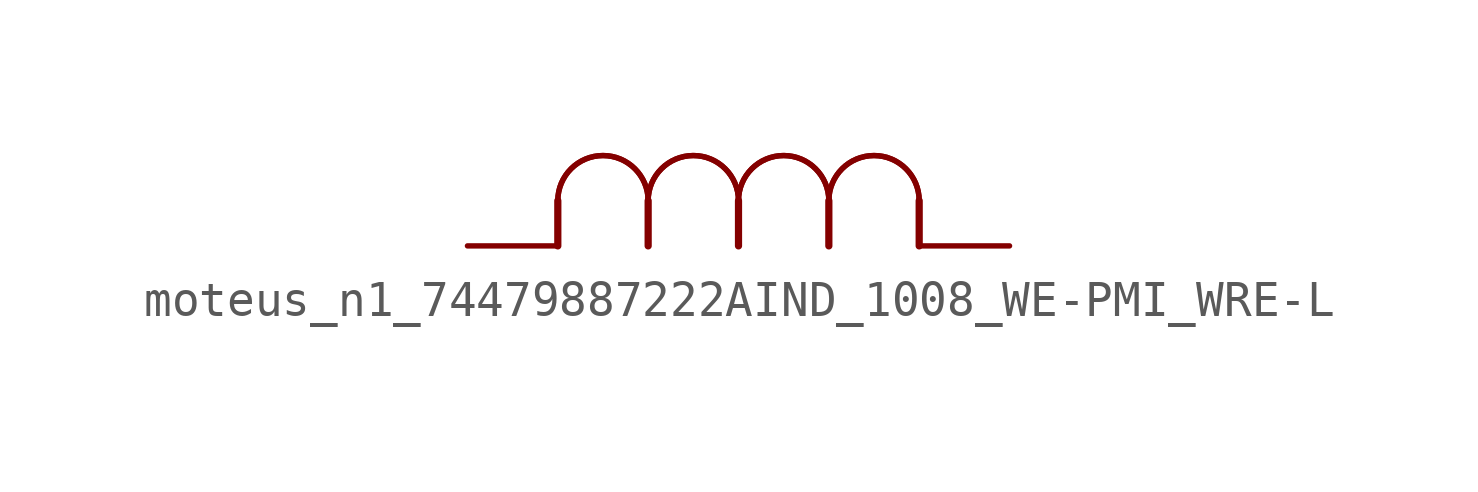
<source format=kicad_sym>
(kicad_symbol_lib
  (version 20241209)
  (generator "kicad_symbol_editor")
  (generator_version "9.0")
  (symbol "moteus_n1_74479887222AIND_1008_WE-PMI_WRE-L"
    (property "Reference" "L"
      (at -0.914 3.353 0)
      (effects (font (size 3.48 2.958)) (justify left bottom) (hide yes)))
    (property "ki_locked" ""
      (at 0 0 0)
      (effects (font (size 1.27 1.27))))
    (symbol "moteus_n1_74479887222AIND_1008_WE-PMI_WRE-L_1_0"
      (polyline (pts (xy 2.54 0) (xy 2.54 1.27)) (stroke (width 0.203) (type solid)) (fill (type none)))
      (arc (start 2.54 1.27) (mid 3.81 2.54) (end 5.08 1.27) (stroke (width 0.1524) (type solid)) (fill (type none)))
      (arc (start 2.54 1.27) (mid 3.81 2.54) (end 5.08 1.27) (stroke (width 0.1524) (type solid)) (fill (type none)))
      (polyline (pts (xy 5.08 0) (xy 5.08 1.27)) (stroke (width 0.203) (type solid)) (fill (type none)))
      (arc (start 5.08 1.27) (mid 6.35 2.54) (end 7.62 1.27) (stroke (width 0.1524) (type solid)) (fill (type none)))
      (arc (start 5.08 1.27) (mid 6.35 2.54) (end 7.62 1.27) (stroke (width 0.1524) (type solid)) (fill (type none)))
      (polyline (pts (xy 7.62 0) (xy 7.62 1.27)) (stroke (width 0.203) (type solid)) (fill (type none)))
      (arc (start 7.62 1.27) (mid 8.89 2.54) (end 10.16 1.27) (stroke (width 0.1524) (type solid)) (fill (type none)))
      (arc (start 7.62 1.27) (mid 8.89 2.54) (end 10.16 1.27) (stroke (width 0.1524) (type solid)) (fill (type none)))
      (polyline (pts (xy 10.16 0) (xy 10.16 1.27)) (stroke (width 0.203) (type solid)) (fill (type none)))
      (arc (start 10.16 1.27) (mid 11.43 2.54) (end 12.7 1.27) (stroke (width 0.1524) (type solid)) (fill (type none)))
      (arc (start 10.16 1.27) (mid 11.43 2.54) (end 12.7 1.27) (stroke (width 0.1524) (type solid)) (fill (type none)))
      (polyline (pts (xy 12.7 0) (xy 12.7 1.27)) (stroke (width 0.203) (type solid)) (fill (type none)))
      (pin passive line (at 0 0 0) (length 2.54) (name "2" (effects (font (size 0 0)))) (number "2" (effects (font (size 0 0)))))
      (pin passive line (at 15.24 0 180) (length 2.54) (name "1" (effects (font (size 0 0)))) (number "1" (effects (font (size 0 0))))))))
</source>
